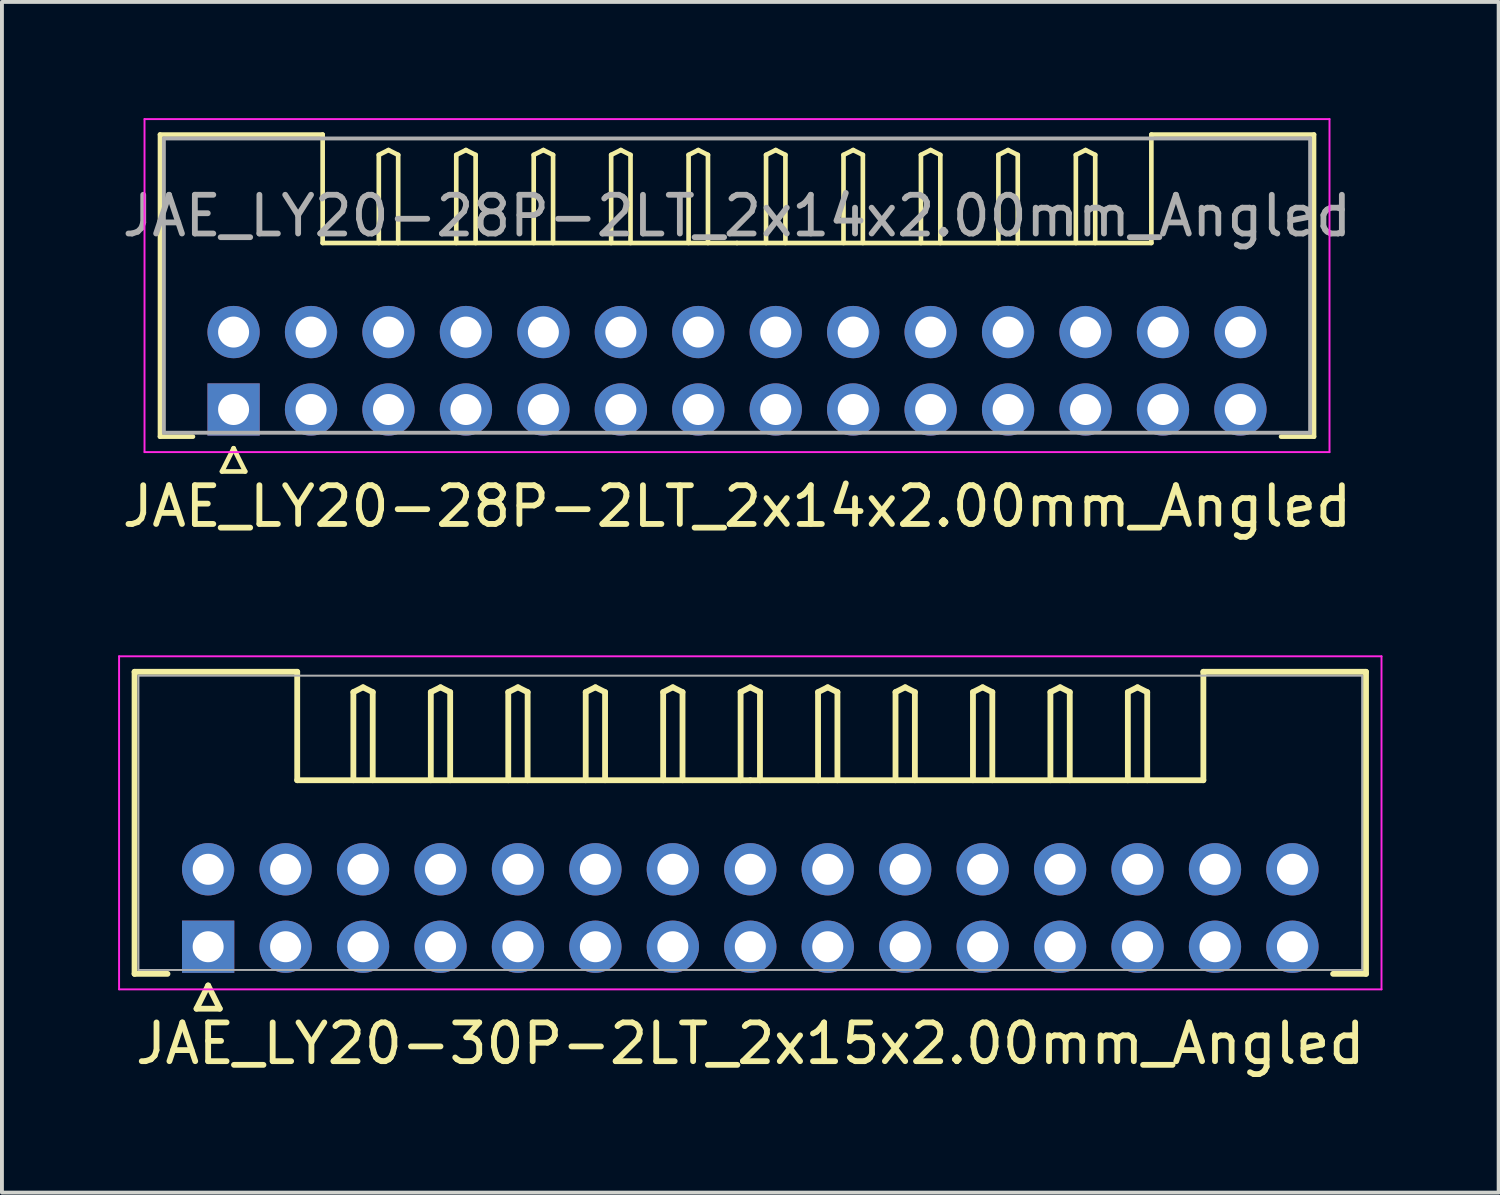
<source format=kicad_pcb>
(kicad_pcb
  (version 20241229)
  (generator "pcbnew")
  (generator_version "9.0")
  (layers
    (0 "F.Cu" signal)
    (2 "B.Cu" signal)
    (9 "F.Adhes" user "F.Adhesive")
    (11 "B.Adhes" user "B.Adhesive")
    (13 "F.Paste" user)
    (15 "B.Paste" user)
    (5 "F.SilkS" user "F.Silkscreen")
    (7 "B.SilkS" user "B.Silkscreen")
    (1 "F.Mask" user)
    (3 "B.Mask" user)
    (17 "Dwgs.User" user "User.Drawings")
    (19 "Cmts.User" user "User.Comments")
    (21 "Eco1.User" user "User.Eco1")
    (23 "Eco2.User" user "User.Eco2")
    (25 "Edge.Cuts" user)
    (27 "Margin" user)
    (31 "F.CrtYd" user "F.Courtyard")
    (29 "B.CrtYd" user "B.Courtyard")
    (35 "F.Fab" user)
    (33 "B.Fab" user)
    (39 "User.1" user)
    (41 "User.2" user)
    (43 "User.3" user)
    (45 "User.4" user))
  (footprint "JAE_LY20-28P-2LT_2x14x2.00mm_Angled"
    (layer "F.Cu")
    (at 2.982 7.525)
    (property "Reference" "JAE_LY20-28P-2LT_2x14x2.00mm_Angled" (at 13 2.5 0) (layer "F.SilkS") (effects (font (size 1 1) (thickness 0.15))))
    (attr through_hole)
    (fp_line (start -1.9 -7.1) (end 2.3 -7.1) (stroke (width 0.12) (type solid)) (layer "F.SilkS"))
    (fp_line (start -1.9 0.7) (end -1.9 -7.1) (stroke (width 0.12) (type solid)) (layer "F.SilkS"))
    (fp_line (start -1.05 0.7) (end -1.9 0.7) (stroke (width 0.12) (type solid)) (layer "F.SilkS"))
    (fp_line (start -0.3 1.6) (end 0.3 1.6) (stroke (width 0.12) (type solid)) (layer "F.SilkS"))
    (fp_line (start 0 1) (end -0.3 1.6) (stroke (width 0.12) (type solid)) (layer "F.SilkS"))
    (fp_line (start 0.3 1.6) (end 0 1) (stroke (width 0.12) (type solid)) (layer "F.SilkS"))
    (fp_line (start 2.3 -7.1) (end 2.3 -4.3) (stroke (width 0.12) (type solid)) (layer "F.SilkS"))
    (fp_line (start 2.3 -4.3) (end 13 -4.3) (stroke (width 0.12) (type solid)) (layer "F.SilkS"))
    (fp_line (start 3.75 -6.575) (end 4 -6.7) (stroke (width 0.12) (type solid)) (layer "F.SilkS"))
    (fp_line (start 3.75 -4.3) (end 3.75 -6.575) (stroke (width 0.12) (type solid)) (layer "F.SilkS"))
    (fp_line (start 4 -6.7) (end 4.25 -6.575) (stroke (width 0.12) (type solid)) (layer "F.SilkS"))
    (fp_line (start 4.25 -6.575) (end 4.25 -4.3) (stroke (width 0.12) (type solid)) (layer "F.SilkS"))
    (fp_line (start 5.75 -6.575) (end 6 -6.7) (stroke (width 0.12) (type solid)) (layer "F.SilkS"))
    (fp_line (start 5.75 -4.3) (end 5.75 -6.575) (stroke (width 0.12) (type solid)) (layer "F.SilkS"))
    (fp_line (start 6 -6.7) (end 6.25 -6.575) (stroke (width 0.12) (type solid)) (layer "F.SilkS"))
    (fp_line (start 6.25 -6.575) (end 6.25 -4.3) (stroke (width 0.12) (type solid)) (layer "F.SilkS"))
    (fp_line (start 7.75 -6.575) (end 8 -6.7) (stroke (width 0.12) (type solid)) (layer "F.SilkS"))
    (fp_line (start 7.75 -4.3) (end 7.75 -6.575) (stroke (width 0.12) (type solid)) (layer "F.SilkS"))
    (fp_line (start 8 -6.7) (end 8.25 -6.575) (stroke (width 0.12) (type solid)) (layer "F.SilkS"))
    (fp_line (start 8.25 -6.575) (end 8.25 -4.3) (stroke (width 0.12) (type solid)) (layer "F.SilkS"))
    (fp_line (start 9.75 -6.575) (end 10 -6.7) (stroke (width 0.12) (type solid)) (layer "F.SilkS"))
    (fp_line (start 9.75 -4.3) (end 9.75 -6.575) (stroke (width 0.12) (type solid)) (layer "F.SilkS"))
    (fp_line (start 10 -6.7) (end 10.25 -6.575) (stroke (width 0.12) (type solid)) (layer "F.SilkS"))
    (fp_line (start 10.25 -6.575) (end 10.25 -4.3) (stroke (width 0.12) (type solid)) (layer "F.SilkS"))
    (fp_line (start 11.75 -6.575) (end 12 -6.7) (stroke (width 0.12) (type solid)) (layer "F.SilkS"))
    (fp_line (start 11.75 -4.3) (end 11.75 -6.575) (stroke (width 0.12) (type solid)) (layer "F.SilkS"))
    (fp_line (start 12 -6.7) (end 12.25 -6.575) (stroke (width 0.12) (type solid)) (layer "F.SilkS"))
    (fp_line (start 12.25 -6.575) (end 12.25 -4.3) (stroke (width 0.12) (type solid)) (layer "F.SilkS"))
    (fp_line (start 13.75 -6.575) (end 14 -6.7) (stroke (width 0.12) (type solid)) (layer "F.SilkS"))
    (fp_line (start 13.75 -4.3) (end 13.75 -6.575) (stroke (width 0.12) (type solid)) (layer "F.SilkS"))
    (fp_line (start 14 -6.7) (end 14.25 -6.575) (stroke (width 0.12) (type solid)) (layer "F.SilkS"))
    (fp_line (start 14.25 -6.575) (end 14.25 -4.3) (stroke (width 0.12) (type solid)) (layer "F.SilkS"))
    (fp_line (start 15.75 -6.575) (end 16 -6.7) (stroke (width 0.12) (type solid)) (layer "F.SilkS"))
    (fp_line (start 15.75 -4.3) (end 15.75 -6.575) (stroke (width 0.12) (type solid)) (layer "F.SilkS"))
    (fp_line (start 16 -6.7) (end 16.25 -6.575) (stroke (width 0.12) (type solid)) (layer "F.SilkS"))
    (fp_line (start 16.25 -6.575) (end 16.25 -4.3) (stroke (width 0.12) (type solid)) (layer "F.SilkS"))
    (fp_line (start 17.75 -6.575) (end 18 -6.7) (stroke (width 0.12) (type solid)) (layer "F.SilkS"))
    (fp_line (start 17.75 -4.3) (end 17.75 -6.575) (stroke (width 0.12) (type solid)) (layer "F.SilkS"))
    (fp_line (start 18 -6.7) (end 18.25 -6.575) (stroke (width 0.12) (type solid)) (layer "F.SilkS"))
    (fp_line (start 18.25 -6.575) (end 18.25 -4.3) (stroke (width 0.12) (type solid)) (layer "F.SilkS"))
    (fp_line (start 19.75 -6.575) (end 20 -6.7) (stroke (width 0.12) (type solid)) (layer "F.SilkS"))
    (fp_line (start 19.75 -4.3) (end 19.75 -6.575) (stroke (width 0.12) (type solid)) (layer "F.SilkS"))
    (fp_line (start 20 -6.7) (end 20.25 -6.575) (stroke (width 0.12) (type solid)) (layer "F.SilkS"))
    (fp_line (start 20.25 -6.575) (end 20.25 -4.3) (stroke (width 0.12) (type solid)) (layer "F.SilkS"))
    (fp_line (start 21.75 -6.575) (end 22 -6.7) (stroke (width 0.12) (type solid)) (layer "F.SilkS"))
    (fp_line (start 21.75 -4.3) (end 21.75 -6.575) (stroke (width 0.12) (type solid)) (layer "F.SilkS"))
    (fp_line (start 22 -6.7) (end 22.25 -6.575) (stroke (width 0.12) (type solid)) (layer "F.SilkS"))
    (fp_line (start 22.25 -6.575) (end 22.25 -4.3) (stroke (width 0.12) (type solid)) (layer "F.SilkS"))
    (fp_line (start 23.7 -7.1) (end 23.7 -4.3) (stroke (width 0.12) (type solid)) (layer "F.SilkS"))
    (fp_line (start 23.7 -4.3) (end 13 -4.3) (stroke (width 0.12) (type solid)) (layer "F.SilkS"))
    (fp_line (start 27.05 0.7) (end 27.9 0.7) (stroke (width 0.12) (type solid)) (layer "F.SilkS"))
    (fp_line (start 27.9 -7.1) (end 23.7 -7.1) (stroke (width 0.12) (type solid)) (layer "F.SilkS"))
    (fp_line (start 27.9 0.7) (end 27.9 -7.1) (stroke (width 0.12) (type solid)) (layer "F.SilkS"))
    (fp_line (start -2.3 -7.5) (end -2.3 1.1) (stroke (width 0.05) (type solid)) (layer "F.CrtYd"))
    (fp_line (start -2.3 1.1) (end 28.3 1.1) (stroke (width 0.05) (type solid)) (layer "F.CrtYd"))
    (fp_line (start 28.3 -7.5) (end -2.3 -7.5) (stroke (width 0.05) (type solid)) (layer "F.CrtYd"))
    (fp_line (start 28.3 1.1) (end 28.3 -7.5) (stroke (width 0.05) (type solid)) (layer "F.CrtYd"))
    (fp_line (start -1.8 -7) (end -1.8 0.6) (stroke (width 0.1) (type solid)) (layer "F.Fab"))
    (fp_line (start -1.8 0.6) (end 27.8 0.6) (stroke (width 0.1) (type solid)) (layer "F.Fab"))
    (fp_line (start 27.8 -7) (end -1.8 -7) (stroke (width 0.1) (type solid)) (layer "F.Fab"))
    (fp_line (start 27.8 0.6) (end 27.8 -7) (stroke (width 0.1) (type solid)) (layer "F.Fab"))
    (fp_text user "${REFERENCE}" (at 13 -5 0) (layer "F.Fab") (effects (font (size 1 1) (thickness 0.15))))
    (pad "1" thru_hole rect (at 0 0) (size 1.35 1.35) (drill 0.8) (layers "*.Cu" "*.Mask"))
    (pad "2" thru_hole circle (at 2 0) (size 1.35 1.35) (drill 0.8) (layers "*.Cu" "*.Mask"))
    (pad "3" thru_hole circle (at 4 0) (size 1.35 1.35) (drill 0.8) (layers "*.Cu" "*.Mask"))
    (pad "4" thru_hole circle (at 6 0) (size 1.35 1.35) (drill 0.8) (layers "*.Cu" "*.Mask"))
    (pad "5" thru_hole circle (at 8 0) (size 1.35 1.35) (drill 0.8) (layers "*.Cu" "*.Mask"))
    (pad "6" thru_hole circle (at 10 0) (size 1.35 1.35) (drill 0.8) (layers "*.Cu" "*.Mask"))
    (pad "7" thru_hole circle (at 12 0) (size 1.35 1.35) (drill 0.8) (layers "*.Cu" "*.Mask"))
    (pad "8" thru_hole circle (at 14 0) (size 1.35 1.35) (drill 0.8) (layers "*.Cu" "*.Mask"))
    (pad "9" thru_hole circle (at 16 0) (size 1.35 1.35) (drill 0.8) (layers "*.Cu" "*.Mask"))
    (pad "10" thru_hole circle (at 18 0) (size 1.35 1.35) (drill 0.8) (layers "*.Cu" "*.Mask"))
    (pad "11" thru_hole circle (at 20 0) (size 1.35 1.35) (drill 0.8) (layers "*.Cu" "*.Mask"))
    (pad "12" thru_hole circle (at 22 0) (size 1.35 1.35) (drill 0.8) (layers "*.Cu" "*.Mask"))
    (pad "13" thru_hole circle (at 24 0) (size 1.35 1.35) (drill 0.8) (layers "*.Cu" "*.Mask"))
    (pad "14" thru_hole circle (at 26 0) (size 1.35 1.35) (drill 0.8) (layers "*.Cu" "*.Mask"))
    (pad "15" thru_hole circle (at 0 -2) (size 1.35 1.35) (drill 0.8) (layers "*.Cu" "*.Mask"))
    (pad "16" thru_hole circle (at 2 -2) (size 1.35 1.35) (drill 0.8) (layers "*.Cu" "*.Mask"))
    (pad "17" thru_hole circle (at 4 -2) (size 1.35 1.35) (drill 0.8) (layers "*.Cu" "*.Mask"))
    (pad "18" thru_hole circle (at 6 -2) (size 1.35 1.35) (drill 0.8) (layers "*.Cu" "*.Mask"))
    (pad "19" thru_hole circle (at 8 -2) (size 1.35 1.35) (drill 0.8) (layers "*.Cu" "*.Mask"))
    (pad "20" thru_hole circle (at 10 -2) (size 1.35 1.35) (drill 0.8) (layers "*.Cu" "*.Mask"))
    (pad "21" thru_hole circle (at 12 -2) (size 1.35 1.35) (drill 0.8) (layers "*.Cu" "*.Mask"))
    (pad "22" thru_hole circle (at 14 -2) (size 1.35 1.35) (drill 0.8) (layers "*.Cu" "*.Mask"))
    (pad "23" thru_hole circle (at 16 -2) (size 1.35 1.35) (drill 0.8) (layers "*.Cu" "*.Mask"))
    (pad "24" thru_hole circle (at 18 -2) (size 1.35 1.35) (drill 0.8) (layers "*.Cu" "*.Mask"))
    (pad "25" thru_hole circle (at 20 -2) (size 1.35 1.35) (drill 0.8) (layers "*.Cu" "*.Mask"))
    (pad "26" thru_hole circle (at 22 -2) (size 1.35 1.35) (drill 0.8) (layers "*.Cu" "*.Mask"))
    (pad "27" thru_hole circle (at 24 -2) (size 1.35 1.35) (drill 0.8) (layers "*.Cu" "*.Mask"))
    (pad "28" thru_hole circle (at 26 -2) (size 1.35 1.35) (drill 0.8) (layers "*.Cu" "*.Mask")))
  (footprint "JAE_LY20-30P-2LT_2x15x2.00mm_Angled"
    (layer "F.Cu")
    (at 2.325 21.398)
    (property "Reference" "JAE_LY20-30P-2LT_2x15x2.00mm_Angled" (at 14 2.5 0) (layer "F.SilkS") (effects (font (size 1 1) (thickness 0.15))))
    (attr through_hole)
    (fp_line (start -1.9 -7.1) (end 2.3 -7.1) (stroke (width 0.15) (type solid)) (layer "F.SilkS"))
    (fp_line (start -1.9 0.7) (end -1.9 -7.1) (stroke (width 0.15) (type solid)) (layer "F.SilkS"))
    (fp_line (start -1.05 0.7) (end -1.9 0.7) (stroke (width 0.15) (type solid)) (layer "F.SilkS"))
    (fp_line (start -0.3 1.6) (end 0.3 1.6) (stroke (width 0.15) (type solid)) (layer "F.SilkS"))
    (fp_line (start 0 1) (end -0.3 1.6) (stroke (width 0.15) (type solid)) (layer "F.SilkS"))
    (fp_line (start 0.3 1.6) (end 0 1) (stroke (width 0.15) (type solid)) (layer "F.SilkS"))
    (fp_line (start 2.3 -7.1) (end 2.3 -4.3) (stroke (width 0.15) (type solid)) (layer "F.SilkS"))
    (fp_line (start 2.3 -4.3) (end 14 -4.3) (stroke (width 0.15) (type solid)) (layer "F.SilkS"))
    (fp_line (start 3.75 -6.575) (end 4 -6.7) (stroke (width 0.15) (type solid)) (layer "F.SilkS"))
    (fp_line (start 3.75 -4.3) (end 3.75 -6.575) (stroke (width 0.15) (type solid)) (layer "F.SilkS"))
    (fp_line (start 4 -6.7) (end 4.25 -6.575) (stroke (width 0.15) (type solid)) (layer "F.SilkS"))
    (fp_line (start 4.25 -6.575) (end 4.25 -4.3) (stroke (width 0.15) (type solid)) (layer "F.SilkS"))
    (fp_line (start 5.75 -6.575) (end 6 -6.7) (stroke (width 0.15) (type solid)) (layer "F.SilkS"))
    (fp_line (start 5.75 -4.3) (end 5.75 -6.575) (stroke (width 0.15) (type solid)) (layer "F.SilkS"))
    (fp_line (start 6 -6.7) (end 6.25 -6.575) (stroke (width 0.15) (type solid)) (layer "F.SilkS"))
    (fp_line (start 6.25 -6.575) (end 6.25 -4.3) (stroke (width 0.15) (type solid)) (layer "F.SilkS"))
    (fp_line (start 7.75 -6.575) (end 8 -6.7) (stroke (width 0.15) (type solid)) (layer "F.SilkS"))
    (fp_line (start 7.75 -4.3) (end 7.75 -6.575) (stroke (width 0.15) (type solid)) (layer "F.SilkS"))
    (fp_line (start 8 -6.7) (end 8.25 -6.575) (stroke (width 0.15) (type solid)) (layer "F.SilkS"))
    (fp_line (start 8.25 -6.575) (end 8.25 -4.3) (stroke (width 0.15) (type solid)) (layer "F.SilkS"))
    (fp_line (start 9.75 -6.575) (end 10 -6.7) (stroke (width 0.15) (type solid)) (layer "F.SilkS"))
    (fp_line (start 9.75 -4.3) (end 9.75 -6.575) (stroke (width 0.15) (type solid)) (layer "F.SilkS"))
    (fp_line (start 10 -6.7) (end 10.25 -6.575) (stroke (width 0.15) (type solid)) (layer "F.SilkS"))
    (fp_line (start 10.25 -6.575) (end 10.25 -4.3) (stroke (width 0.15) (type solid)) (layer "F.SilkS"))
    (fp_line (start 11.75 -6.575) (end 12 -6.7) (stroke (width 0.15) (type solid)) (layer "F.SilkS"))
    (fp_line (start 11.75 -4.3) (end 11.75 -6.575) (stroke (width 0.15) (type solid)) (layer "F.SilkS"))
    (fp_line (start 12 -6.7) (end 12.25 -6.575) (stroke (width 0.15) (type solid)) (layer "F.SilkS"))
    (fp_line (start 12.25 -6.575) (end 12.25 -4.3) (stroke (width 0.15) (type solid)) (layer "F.SilkS"))
    (fp_line (start 13.75 -6.575) (end 14 -6.7) (stroke (width 0.15) (type solid)) (layer "F.SilkS"))
    (fp_line (start 13.75 -4.3) (end 13.75 -6.575) (stroke (width 0.15) (type solid)) (layer "F.SilkS"))
    (fp_line (start 14 -6.7) (end 14.25 -6.575) (stroke (width 0.15) (type solid)) (layer "F.SilkS"))
    (fp_line (start 14.25 -6.575) (end 14.25 -4.3) (stroke (width 0.15) (type solid)) (layer "F.SilkS"))
    (fp_line (start 15.75 -6.575) (end 16 -6.7) (stroke (width 0.15) (type solid)) (layer "F.SilkS"))
    (fp_line (start 15.75 -4.3) (end 15.75 -6.575) (stroke (width 0.15) (type solid)) (layer "F.SilkS"))
    (fp_line (start 16 -6.7) (end 16.25 -6.575) (stroke (width 0.15) (type solid)) (layer "F.SilkS"))
    (fp_line (start 16.25 -6.575) (end 16.25 -4.3) (stroke (width 0.15) (type solid)) (layer "F.SilkS"))
    (fp_line (start 17.75 -6.575) (end 18 -6.7) (stroke (width 0.15) (type solid)) (layer "F.SilkS"))
    (fp_line (start 17.75 -4.3) (end 17.75 -6.575) (stroke (width 0.15) (type solid)) (layer "F.SilkS"))
    (fp_line (start 18 -6.7) (end 18.25 -6.575) (stroke (width 0.15) (type solid)) (layer "F.SilkS"))
    (fp_line (start 18.25 -6.575) (end 18.25 -4.3) (stroke (width 0.15) (type solid)) (layer "F.SilkS"))
    (fp_line (start 19.75 -6.575) (end 20 -6.7) (stroke (width 0.15) (type solid)) (layer "F.SilkS"))
    (fp_line (start 19.75 -4.3) (end 19.75 -6.575) (stroke (width 0.15) (type solid)) (layer "F.SilkS"))
    (fp_line (start 20 -6.7) (end 20.25 -6.575) (stroke (width 0.15) (type solid)) (layer "F.SilkS"))
    (fp_line (start 20.25 -6.575) (end 20.25 -4.3) (stroke (width 0.15) (type solid)) (layer "F.SilkS"))
    (fp_line (start 21.75 -6.575) (end 22 -6.7) (stroke (width 0.15) (type solid)) (layer "F.SilkS"))
    (fp_line (start 21.75 -4.3) (end 21.75 -6.575) (stroke (width 0.15) (type solid)) (layer "F.SilkS"))
    (fp_line (start 22 -6.7) (end 22.25 -6.575) (stroke (width 0.15) (type solid)) (layer "F.SilkS"))
    (fp_line (start 22.25 -6.575) (end 22.25 -4.3) (stroke (width 0.15) (type solid)) (layer "F.SilkS"))
    (fp_line (start 23.75 -6.575) (end 24 -6.7) (stroke (width 0.15) (type solid)) (layer "F.SilkS"))
    (fp_line (start 23.75 -4.3) (end 23.75 -6.575) (stroke (width 0.15) (type solid)) (layer "F.SilkS"))
    (fp_line (start 24 -6.7) (end 24.25 -6.575) (stroke (width 0.15) (type solid)) (layer "F.SilkS"))
    (fp_line (start 24.25 -6.575) (end 24.25 -4.3) (stroke (width 0.15) (type solid)) (layer "F.SilkS"))
    (fp_line (start 25.7 -7.1) (end 25.7 -4.3) (stroke (width 0.15) (type solid)) (layer "F.SilkS"))
    (fp_line (start 25.7 -4.3) (end 14 -4.3) (stroke (width 0.15) (type solid)) (layer "F.SilkS"))
    (fp_line (start 29.05 0.7) (end 29.9 0.7) (stroke (width 0.15) (type solid)) (layer "F.SilkS"))
    (fp_line (start 29.9 -7.1) (end 25.7 -7.1) (stroke (width 0.15) (type solid)) (layer "F.SilkS"))
    (fp_line (start 29.9 0.7) (end 29.9 -7.1) (stroke (width 0.15) (type solid)) (layer "F.SilkS"))
    (fp_line (start -2.3 -7.5) (end -2.3 1.1) (stroke (width 0.05) (type solid)) (layer "F.CrtYd"))
    (fp_line (start -2.3 1.1) (end 30.3 1.1) (stroke (width 0.05) (type solid)) (layer "F.CrtYd"))
    (fp_line (start 30.3 -7.5) (end -2.3 -7.5) (stroke (width 0.05) (type solid)) (layer "F.CrtYd"))
    (fp_line (start 30.3 1.1) (end 30.3 -7.5) (stroke (width 0.05) (type solid)) (layer "F.CrtYd"))
    (fp_line (start -1.8 -7) (end -1.8 0.6) (stroke (width 0.05) (type solid)) (layer "F.Fab"))
    (fp_line (start -1.8 0.6) (end 29.8 0.6) (stroke (width 0.05) (type solid)) (layer "F.Fab"))
    (fp_line (start 29.8 -7) (end -1.8 -7) (stroke (width 0.05) (type solid)) (layer "F.Fab"))
    (fp_line (start 29.8 0.6) (end 29.8 -7) (stroke (width 0.05) (type solid)) (layer "F.Fab"))
    (pad "1" thru_hole rect (at 0 0) (size 1.35 1.35) (drill 0.8) (layers "*.Cu" "*.Mask"))
    (pad "2" thru_hole circle (at 2 0) (size 1.35 1.35) (drill 0.8) (layers "*.Cu" "*.Mask"))
    (pad "3" thru_hole circle (at 4 0) (size 1.35 1.35) (drill 0.8) (layers "*.Cu" "*.Mask"))
    (pad "4" thru_hole circle (at 6 0) (size 1.35 1.35) (drill 0.8) (layers "*.Cu" "*.Mask"))
    (pad "5" thru_hole circle (at 8 0) (size 1.35 1.35) (drill 0.8) (layers "*.Cu" "*.Mask"))
    (pad "6" thru_hole circle (at 10 0) (size 1.35 1.35) (drill 0.8) (layers "*.Cu" "*.Mask"))
    (pad "7" thru_hole circle (at 12 0) (size 1.35 1.35) (drill 0.8) (layers "*.Cu" "*.Mask"))
    (pad "8" thru_hole circle (at 14 0) (size 1.35 1.35) (drill 0.8) (layers "*.Cu" "*.Mask"))
    (pad "9" thru_hole circle (at 16 0) (size 1.35 1.35) (drill 0.8) (layers "*.Cu" "*.Mask"))
    (pad "10" thru_hole circle (at 18 0) (size 1.35 1.35) (drill 0.8) (layers "*.Cu" "*.Mask"))
    (pad "11" thru_hole circle (at 20 0) (size 1.35 1.35) (drill 0.8) (layers "*.Cu" "*.Mask"))
    (pad "12" thru_hole circle (at 22 0) (size 1.35 1.35) (drill 0.8) (layers "*.Cu" "*.Mask"))
    (pad "13" thru_hole circle (at 24 0) (size 1.35 1.35) (drill 0.8) (layers "*.Cu" "*.Mask"))
    (pad "14" thru_hole circle (at 26 0) (size 1.35 1.35) (drill 0.8) (layers "*.Cu" "*.Mask"))
    (pad "15" thru_hole circle (at 28 0) (size 1.35 1.35) (drill 0.8) (layers "*.Cu" "*.Mask"))
    (pad "16" thru_hole circle (at 0 -2) (size 1.35 1.35) (drill 0.8) (layers "*.Cu" "*.Mask"))
    (pad "17" thru_hole circle (at 2 -2) (size 1.35 1.35) (drill 0.8) (layers "*.Cu" "*.Mask"))
    (pad "18" thru_hole circle (at 4 -2) (size 1.35 1.35) (drill 0.8) (layers "*.Cu" "*.Mask"))
    (pad "19" thru_hole circle (at 6 -2) (size 1.35 1.35) (drill 0.8) (layers "*.Cu" "*.Mask"))
    (pad "20" thru_hole circle (at 8 -2) (size 1.35 1.35) (drill 0.8) (layers "*.Cu" "*.Mask"))
    (pad "21" thru_hole circle (at 10 -2) (size 1.35 1.35) (drill 0.8) (layers "*.Cu" "*.Mask"))
    (pad "22" thru_hole circle (at 12 -2) (size 1.35 1.35) (drill 0.8) (layers "*.Cu" "*.Mask"))
    (pad "23" thru_hole circle (at 14 -2) (size 1.35 1.35) (drill 0.8) (layers "*.Cu" "*.Mask"))
    (pad "24" thru_hole circle (at 16 -2) (size 1.35 1.35) (drill 0.8) (layers "*.Cu" "*.Mask"))
    (pad "25" thru_hole circle (at 18 -2) (size 1.35 1.35) (drill 0.8) (layers "*.Cu" "*.Mask"))
    (pad "26" thru_hole circle (at 20 -2) (size 1.35 1.35) (drill 0.8) (layers "*.Cu" "*.Mask"))
    (pad "27" thru_hole circle (at 22 -2) (size 1.35 1.35) (drill 0.8) (layers "*.Cu" "*.Mask"))
    (pad "28" thru_hole circle (at 24 -2) (size 1.35 1.35) (drill 0.8) (layers "*.Cu" "*.Mask"))
    (pad "29" thru_hole circle (at 26 -2) (size 1.35 1.35) (drill 0.8) (layers "*.Cu" "*.Mask"))
    (pad "30" thru_hole circle (at 28 -2) (size 1.35 1.35) (drill 0.8) (layers "*.Cu" "*.Mask")))
  (gr_rect
    (start -3 -3)
    (end 35.65 27.747)
    (stroke (width 0.1) (type default))
    (fill no)
    (layer "Edge.Cuts")))
</source>
